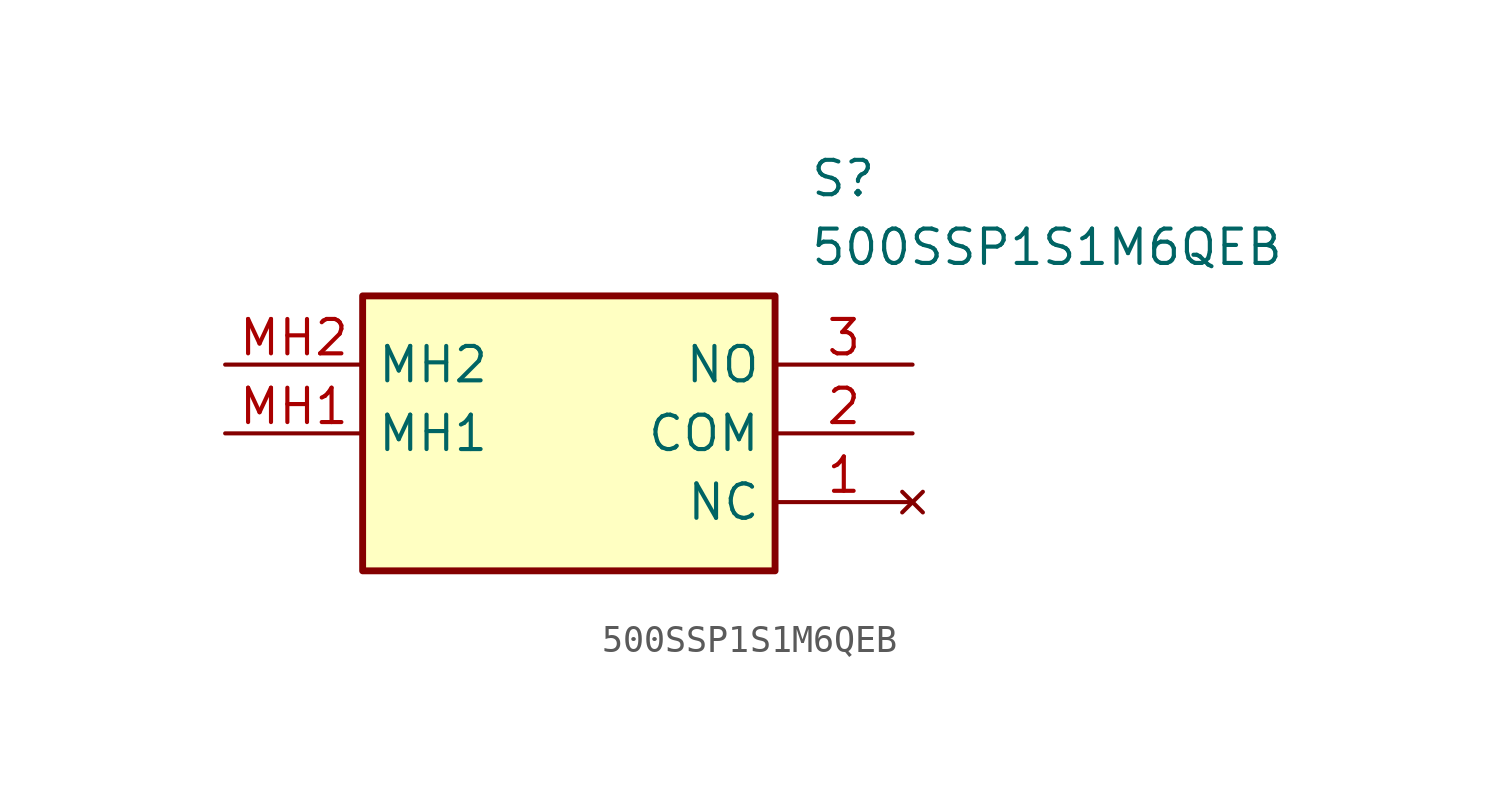
<source format=kicad_sym>
(kicad_symbol_lib
  (version 20211014)
  (generator SamacSys_ECAD_Model)
  (symbol "500SSP1S1M6QEB"
    (property "Reference" "S"
      (at 21.59 7.62 0)
      (effects (font (size 1.27 1.27)) (justify left top)))
    (property "Value" "500SSP1S1M6QEB"
      (at 21.59 5.08 0)
      (effects (font (size 1.27 1.27)) (justify left top)))
    (rectangle
      (start 5.08 2.54)
      (end 20.32 -7.62)
      (stroke (width 0.254) (type default))
      (fill (type background)))
    (pin no_connect line
      (at 25.4 -5.08 180)
      (length 5.08)
      (name "NC" (effects (font (size 1.27 1.27))))
      (number "1" (effects (font (size 1.27 1.27)))))
    (pin passive line
      (at 25.4 -2.54 180)
      (length 5.08)
      (name "COM" (effects (font (size 1.27 1.27))))
      (number "2" (effects (font (size 1.27 1.27)))))
    (pin passive line
      (at 25.4 0 180)
      (length 5.08)
      (name "NO" (effects (font (size 1.27 1.27))))
      (number "3" (effects (font (size 1.27 1.27)))))
    (pin passive line
      (at 0 -2.54 0)
      (length 5.08)
      (name "MH1" (effects (font (size 1.27 1.27))))
      (number "MH1" (effects (font (size 1.27 1.27)))))
    (pin passive line
      (at 0 0 0)
      (length 5.08)
      (name "MH2" (effects (font (size 1.27 1.27))))
      (number "MH2" (effects (font (size 1.27 1.27)))))))
</source>
